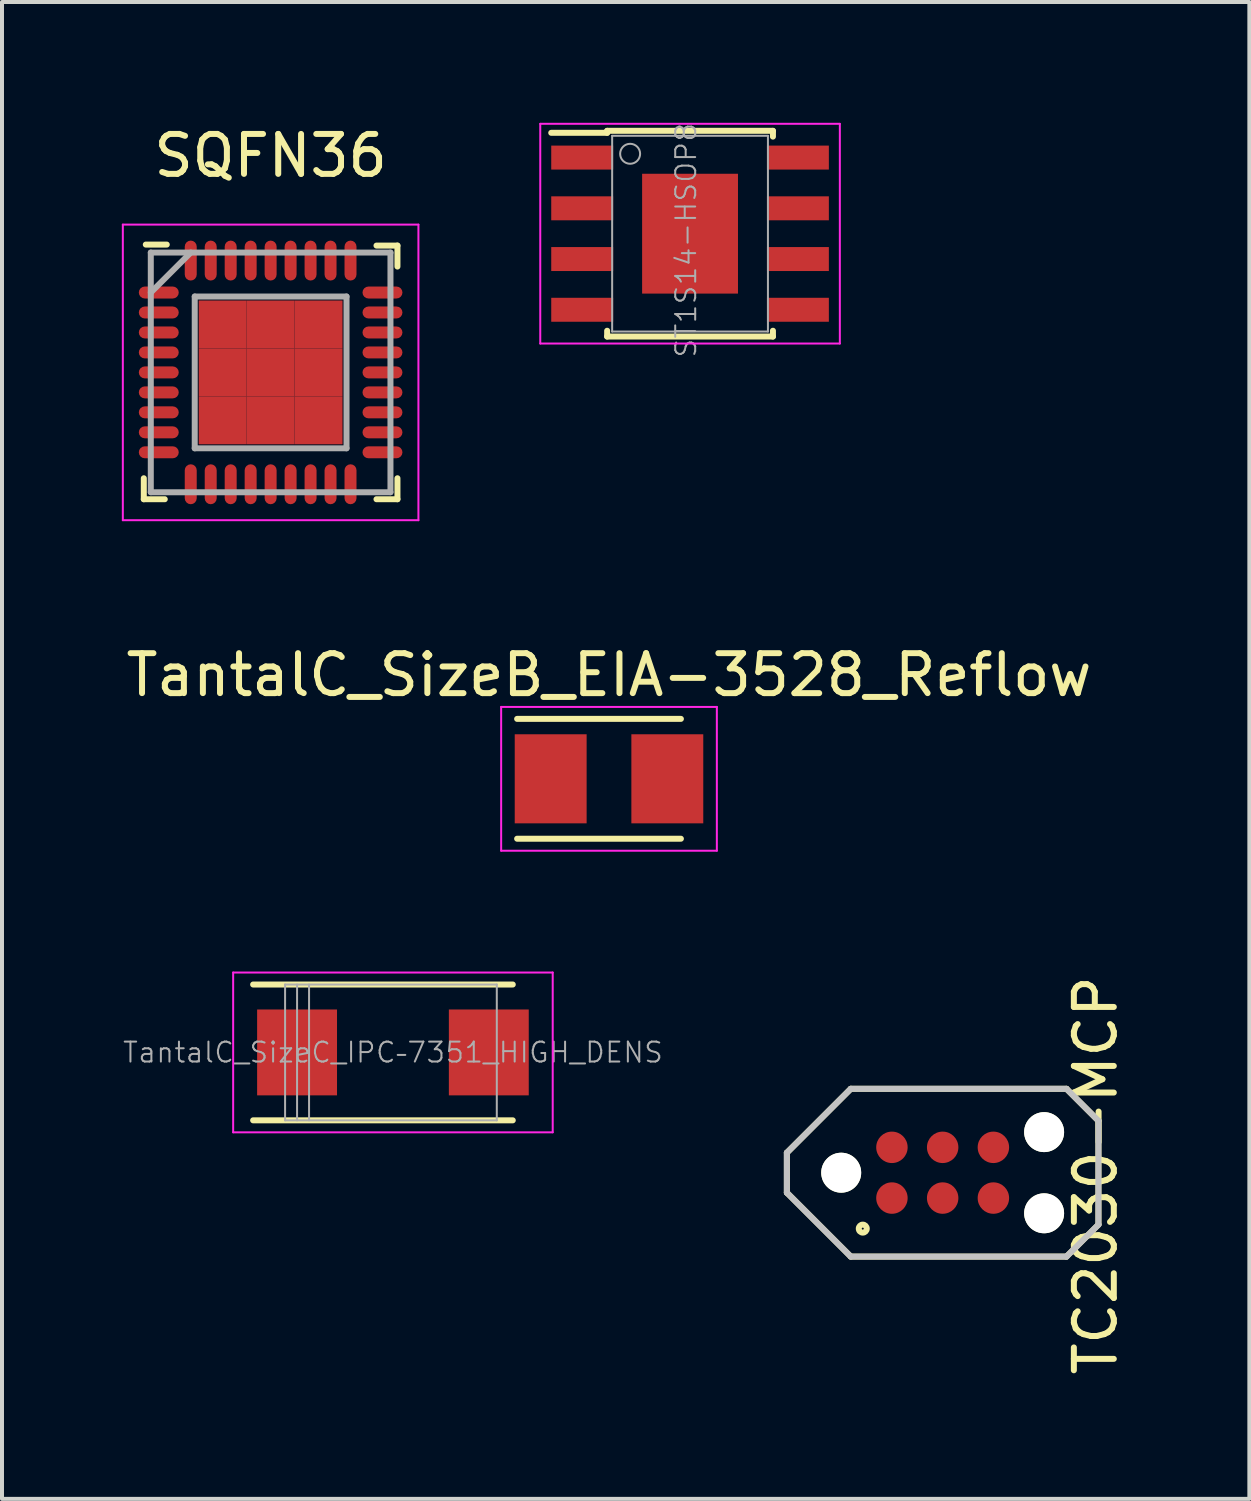
<source format=kicad_pcb>
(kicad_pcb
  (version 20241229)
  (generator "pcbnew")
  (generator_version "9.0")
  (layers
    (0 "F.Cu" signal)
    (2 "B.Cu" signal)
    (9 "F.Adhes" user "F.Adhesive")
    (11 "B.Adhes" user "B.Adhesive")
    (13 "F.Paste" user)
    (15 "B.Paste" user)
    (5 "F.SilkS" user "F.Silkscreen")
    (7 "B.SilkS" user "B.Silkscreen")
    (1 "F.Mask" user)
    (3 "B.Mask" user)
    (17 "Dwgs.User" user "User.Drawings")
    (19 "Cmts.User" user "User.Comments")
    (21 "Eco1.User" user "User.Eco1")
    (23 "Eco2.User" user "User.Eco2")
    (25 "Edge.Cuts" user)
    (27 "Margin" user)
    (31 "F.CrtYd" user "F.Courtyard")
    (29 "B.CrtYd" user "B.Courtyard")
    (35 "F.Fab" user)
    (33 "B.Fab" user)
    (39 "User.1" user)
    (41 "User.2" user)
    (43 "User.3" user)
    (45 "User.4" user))
  (footprint "ST1S14-HSOP8"
    (layer "F.Cu")
    (at 14.225 2.8)
    (property "Reference" "ST1S14-HSOP8" (at -0.1 0.165 270) (layer "F.Fab") (effects (font (size 0.5 0.5) (thickness 0.05))))
    (attr smd)
    (fp_line (start -2.075 -2.575) (end -2.075 -2.525) (stroke (width 0.15) (type solid)) (layer "F.SilkS"))
    (fp_line (start -2.075 -2.575) (end 2.075 -2.575) (stroke (width 0.15) (type solid)) (layer "F.SilkS"))
    (fp_line (start -2.075 -2.525) (end -3.475 -2.525) (stroke (width 0.15) (type solid)) (layer "F.SilkS"))
    (fp_line (start -2.075 2.575) (end -2.075 2.43) (stroke (width 0.15) (type solid)) (layer "F.SilkS"))
    (fp_line (start -2.075 2.575) (end 2.075 2.575) (stroke (width 0.15) (type solid)) (layer "F.SilkS"))
    (fp_line (start 2.075 -2.575) (end 2.075 -2.43) (stroke (width 0.15) (type solid)) (layer "F.SilkS"))
    (fp_line (start 2.075 2.575) (end 2.075 2.43) (stroke (width 0.15) (type solid)) (layer "F.SilkS"))
    (fp_line (start -3.75 -2.75) (end -3.75 2.75) (stroke (width 0.05) (type solid)) (layer "F.CrtYd"))
    (fp_line (start -3.75 -2.75) (end 3.75 -2.75) (stroke (width 0.05) (type solid)) (layer "F.CrtYd"))
    (fp_line (start -3.75 2.75) (end 3.75 2.75) (stroke (width 0.05) (type solid)) (layer "F.CrtYd"))
    (fp_line (start 3.75 -2.75) (end 3.75 2.75) (stroke (width 0.05) (type solid)) (layer "F.CrtYd"))
    (fp_line (start -1.95 -2.45) (end -1.95 2.45) (stroke (width 0.05) (type solid)) (layer "F.Fab"))
    (fp_line (start -1.95 2.45) (end 1.95 2.45) (stroke (width 0.05) (type solid)) (layer "F.Fab"))
    (fp_line (start 1.95 -2.45) (end -1.95 -2.45) (stroke (width 0.05) (type solid)) (layer "F.Fab"))
    (fp_line (start 1.95 2.45) (end 1.95 -2.45) (stroke (width 0.05) (type solid)) (layer "F.Fab"))
    (fp_circle (center -1.5 -2) (end -1.75 -2) (stroke (width 0.05) (type solid)) (fill no) (layer "F.Fab"))
    (pad "1" smd rect (at -2.7 -1.905) (size 1.55 0.6) (layers "F.Cu" "F.Mask" "F.Paste"))
    (pad "2" smd rect (at -2.7 -0.635) (size 1.55 0.6) (layers "F.Cu" "F.Mask" "F.Paste"))
    (pad "3" smd rect (at -2.7 0.635) (size 1.55 0.6) (layers "F.Cu" "F.Mask" "F.Paste"))
    (pad "4" smd rect (at -2.7 1.905) (size 1.55 0.6) (layers "F.Cu" "F.Mask" "F.Paste"))
    (pad "5" smd rect (at 2.7 1.905) (size 1.55 0.6) (layers "F.Cu" "F.Mask" "F.Paste"))
    (pad "6" smd rect (at 2.7 0.635) (size 1.55 0.6) (layers "F.Cu" "F.Mask" "F.Paste"))
    (pad "7" smd rect (at 2.7 -0.635) (size 1.55 0.6) (layers "F.Cu" "F.Mask" "F.Paste"))
    (pad "8" smd rect (at 2.7 -1.905) (size 1.55 0.6) (layers "F.Cu" "F.Mask" "F.Paste"))
    (pad "9" smd rect (at 0 0) (size 2.4 3) (layers "F.Cu" "F.Mask" "F.Paste")))
  (footprint "TantalC_SizeB_EIA-3528_Reflow"
    (layer "F.Cu")
    (at 12.196 16.447)
    (property "Reference" "TantalC_SizeB_EIA-3528_Reflow" (at 0 -2.6 0) (layer "F.SilkS") (effects (font (size 1 1) (thickness 0.15))))
    (attr smd)
    (fp_line (start 1.8 -1.5) (end -2.3 -1.5) (stroke (width 0.15) (type solid)) (layer "F.SilkS"))
    (fp_line (start 1.8 1.5) (end -2.3 1.5) (stroke (width 0.15) (type solid)) (layer "F.SilkS"))
    (fp_line (start -2.7 -1.8) (end -2.7 1.8) (stroke (width 0.05) (type solid)) (layer "F.CrtYd"))
    (fp_line (start -2.7 1.8) (end 2.7 1.8) (stroke (width 0.05) (type solid)) (layer "F.CrtYd"))
    (fp_line (start 2.7 -1.8) (end -2.7 -1.8) (stroke (width 0.05) (type solid)) (layer "F.CrtYd"))
    (fp_line (start 2.7 1.8) (end 2.7 -1.8) (stroke (width 0.05) (type solid)) (layer "F.CrtYd"))
    (pad "1" smd rect (at -1.46 0) (size 1.8 2.23) (layers "F.Cu" "F.Mask" "F.Paste"))
    (pad "2" smd rect (at 1.46 0) (size 1.8 2.23) (layers "F.Cu" "F.Mask" "F.Paste")))
  (footprint "SQFN36"
    (layer "F.Cu")
    (at 3.725 6.273)
    (property "Reference" "SQFN36" (at 0 -5.425 0) (layer "F.SilkS") (effects (font (size 1 1) (thickness 0.15))))
    (attr smd)
    (fp_line (start -3.175 3.175) (end -3.175 2.65) (stroke (width 0.15) (type solid)) (layer "F.SilkS"))
    (fp_line (start -3.175 3.175) (end -2.65 3.175) (stroke (width 0.15) (type solid)) (layer "F.SilkS"))
    (fp_line (start -3.125 -3.2) (end -2.6 -3.2) (stroke (width 0.15) (type solid)) (layer "F.SilkS"))
    (fp_line (start 3.175 -3.175) (end 2.65 -3.175) (stroke (width 0.15) (type solid)) (layer "F.SilkS"))
    (fp_line (start 3.175 -3.175) (end 3.175 -2.65) (stroke (width 0.15) (type solid)) (layer "F.SilkS"))
    (fp_line (start 3.175 3.175) (end 2.65 3.175) (stroke (width 0.15) (type solid)) (layer "F.SilkS"))
    (fp_line (start 3.175 3.175) (end 3.175 2.65) (stroke (width 0.15) (type solid)) (layer "F.SilkS"))
    (fp_line (start -3.7 -3.7) (end -3.7 3.7) (stroke (width 0.05) (type solid)) (layer "F.CrtYd"))
    (fp_line (start -3.7 -3.7) (end 3.7 -3.7) (stroke (width 0.05) (type solid)) (layer "F.CrtYd"))
    (fp_line (start -3.7 3.7) (end 3.7 3.7) (stroke (width 0.05) (type solid)) (layer "F.CrtYd"))
    (fp_line (start 3.7 -3.7) (end 3.7 3.7) (stroke (width 0.05) (type solid)) (layer "F.CrtYd"))
    (fp_line (start -3 -3) (end 3 -3) (stroke (width 0.15) (type solid)) (layer "F.Fab"))
    (fp_line (start -3 -2) (end -2 -3) (stroke (width 0.15) (type solid)) (layer "F.Fab"))
    (fp_line (start -3 3) (end -3 -3) (stroke (width 0.15) (type solid)) (layer "F.Fab"))
    (fp_line (start -1.9 -1.9) (end 1.9 -1.9) (stroke (width 0.15) (type solid)) (layer "F.Fab"))
    (fp_line (start -1.9 1.9) (end -1.9 -1.9) (stroke (width 0.15) (type solid)) (layer "F.Fab"))
    (fp_line (start -1.9 1.9) (end 1.9 1.9) (stroke (width 0.15) (type solid)) (layer "F.Fab"))
    (fp_line (start 1.9 1.9) (end 1.9 -1.9) (stroke (width 0.15) (type solid)) (layer "F.Fab"))
    (fp_line (start 3 -3) (end 3 3) (stroke (width 0.15) (type solid)) (layer "F.Fab"))
    (fp_line (start 3 3) (end -3 3) (stroke (width 0.15) (type solid)) (layer "F.Fab"))
    (pad "1" smd roundrect (at -2.8 -2) (size 1 0.3) (layers "F.Cu" "F.Mask" "F.Paste") (roundrect_rratio 0.5))
    (pad "2" smd roundrect (at -2.8 -1.5) (size 1 0.3) (layers "F.Cu" "F.Mask" "F.Paste") (roundrect_rratio 0.5))
    (pad "3" smd roundrect (at -2.8 -1) (size 1 0.3) (layers "F.Cu" "F.Mask" "F.Paste") (roundrect_rratio 0.5))
    (pad "4" smd roundrect (at -2.8 -0.5) (size 1 0.3) (layers "F.Cu" "F.Mask" "F.Paste") (roundrect_rratio 0.5))
    (pad "5" smd roundrect (at -2.8 0) (size 1 0.3) (layers "F.Cu" "F.Mask" "F.Paste") (roundrect_rratio 0.5))
    (pad "6" smd roundrect (at -2.8 0.5) (size 1 0.3) (layers "F.Cu" "F.Mask" "F.Paste") (roundrect_rratio 0.5))
    (pad "7" smd roundrect (at -2.8 1) (size 1 0.3) (layers "F.Cu" "F.Mask" "F.Paste") (roundrect_rratio 0.5))
    (pad "8" smd roundrect (at -2.8 1.5) (size 1 0.3) (layers "F.Cu" "F.Mask" "F.Paste") (roundrect_rratio 0.5))
    (pad "9" smd roundrect (at -2.8 2) (size 1 0.3) (layers "F.Cu" "F.Mask" "F.Paste") (roundrect_rratio 0.5))
    (pad "10" smd roundrect (at -2 2.8 90) (size 1 0.3) (layers "F.Cu" "F.Mask" "F.Paste") (roundrect_rratio 0.5))
    (pad "11" smd roundrect (at -1.5 2.8 90) (size 1 0.3) (layers "F.Cu" "F.Mask" "F.Paste") (roundrect_rratio 0.5))
    (pad "12" smd roundrect (at -1 2.8 90) (size 1 0.3) (layers "F.Cu" "F.Mask" "F.Paste") (roundrect_rratio 0.5))
    (pad "13" smd roundrect (at -0.5 2.8 90) (size 1 0.3) (layers "F.Cu" "F.Mask" "F.Paste") (roundrect_rratio 0.5))
    (pad "14" smd roundrect (at 0 2.8 90) (size 1 0.3) (layers "F.Cu" "F.Mask" "F.Paste") (roundrect_rratio 0.5))
    (pad "15" smd roundrect (at 0.5 2.8 90) (size 1 0.3) (layers "F.Cu" "F.Mask" "F.Paste") (roundrect_rratio 0.5))
    (pad "16" smd roundrect (at 1 2.8 90) (size 1 0.3) (layers "F.Cu" "F.Mask" "F.Paste") (roundrect_rratio 0.5))
    (pad "17" smd roundrect (at 1.5 2.8 90) (size 1 0.3) (layers "F.Cu" "F.Mask" "F.Paste") (roundrect_rratio 0.5))
    (pad "18" smd roundrect (at 2 2.8 90) (size 1 0.3) (layers "F.Cu" "F.Mask" "F.Paste") (roundrect_rratio 0.5))
    (pad "19" smd roundrect (at 2.8 2) (size 1 0.3) (layers "F.Cu" "F.Mask" "F.Paste") (roundrect_rratio 0.5))
    (pad "20" smd roundrect (at 2.8 1.5) (size 1 0.3) (layers "F.Cu" "F.Mask" "F.Paste") (roundrect_rratio 0.5))
    (pad "21" smd roundrect (at 2.8 1) (size 1 0.3) (layers "F.Cu" "F.Mask" "F.Paste") (roundrect_rratio 0.5))
    (pad "22" smd roundrect (at 2.8 0.5) (size 1 0.3) (layers "F.Cu" "F.Mask" "F.Paste") (roundrect_rratio 0.5))
    (pad "23" smd roundrect (at 2.8 0) (size 1 0.3) (layers "F.Cu" "F.Mask" "F.Paste") (roundrect_rratio 0.5))
    (pad "24" smd roundrect (at 2.8 -0.5) (size 1 0.3) (layers "F.Cu" "F.Mask" "F.Paste") (roundrect_rratio 0.5))
    (pad "25" smd roundrect (at 2.8 -1) (size 1 0.3) (layers "F.Cu" "F.Mask" "F.Paste") (roundrect_rratio 0.5))
    (pad "26" smd roundrect (at 2.8 -1.5) (size 1 0.3) (layers "F.Cu" "F.Mask" "F.Paste") (roundrect_rratio 0.5))
    (pad "27" smd roundrect (at 2.8 -2) (size 1 0.3) (layers "F.Cu" "F.Mask" "F.Paste") (roundrect_rratio 0.5))
    (pad "28" smd roundrect (at 2 -2.8 90) (size 1 0.3) (layers "F.Cu" "F.Mask" "F.Paste") (roundrect_rratio 0.5))
    (pad "29" smd roundrect (at 1.5 -2.8 90) (size 1 0.3) (layers "F.Cu" "F.Mask" "F.Paste") (roundrect_rratio 0.5))
    (pad "30" smd roundrect (at 1 -2.8 90) (size 1 0.3) (layers "F.Cu" "F.Mask" "F.Paste") (roundrect_rratio 0.5))
    (pad "31" smd roundrect (at 0.5 -2.8 90) (size 1 0.3) (layers "F.Cu" "F.Mask" "F.Paste") (roundrect_rratio 0.5))
    (pad "32" smd roundrect (at 0 -2.8 90) (size 1 0.3) (layers "F.Cu" "F.Mask" "F.Paste") (roundrect_rratio 0.5))
    (pad "33" smd roundrect (at -0.5 -2.8 90) (size 1 0.3) (layers "F.Cu" "F.Mask" "F.Paste") (roundrect_rratio 0.5))
    (pad "34" smd roundrect (at -1 -2.8 90) (size 1 0.3) (layers "F.Cu" "F.Mask" "F.Paste") (roundrect_rratio 0.5))
    (pad "35" smd roundrect (at -1.5 -2.8 90) (size 1 0.3) (layers "F.Cu" "F.Mask" "F.Paste") (roundrect_rratio 0.5))
    (pad "36" smd roundrect (at -2 -2.8 90) (size 1 0.3) (layers "F.Cu" "F.Mask" "F.Paste") (roundrect_rratio 0.5))
    (pad "45" smd rect (at -1.2 -1.2) (size 1.2 1.2) (layers "F.Cu" "F.Mask" "F.Paste"))
    (pad "45" smd rect (at -1.2 0) (size 1.2 1.2) (layers "F.Cu" "F.Mask" "F.Paste"))
    (pad "45" smd rect (at -1.2 1.2) (size 1.2 1.2) (layers "F.Cu" "F.Mask" "F.Paste"))
    (pad "45" smd rect (at 0 -1.2) (size 1.2 1.2) (layers "F.Cu" "F.Mask" "F.Paste"))
    (pad "45" smd rect (at 0 0) (size 1.2 1.2) (layers "F.Cu" "F.Mask" "F.Paste"))
    (pad "45" smd rect (at 0 1.2) (size 1.2 1.2) (layers "F.Cu" "F.Mask" "F.Paste"))
    (pad "45" smd rect (at 1.2 -1.2) (size 1.2 1.2) (layers "F.Cu" "F.Mask" "F.Paste"))
    (pad "45" smd rect (at 1.2 0) (size 1.2 1.2) (layers "F.Cu" "F.Mask" "F.Paste"))
    (pad "45" smd rect (at 1.2 1.2) (size 1.2 1.2) (layers "F.Cu" "F.Mask" "F.Paste")))
  (footprint "TC2030-MCP"
    (layer "F.Cu")
    (at 20.549 26.308)
    (property "Reference" "TC2030-MCP" (at 3.83 0.065 90) (layer "F.SilkS") (effects (font (size 1 1) (thickness 0.15))))
    (attr through_hole)
    (fp_line (start -3.9 -0.5) (end -2.3 -2.1) (stroke (width 0.15) (type solid)) (layer "F.SilkS"))
    (fp_line (start -3.9 0.5) (end -3.9 -0.5) (stroke (width 0.15) (type solid)) (layer "F.SilkS"))
    (fp_line (start -2.3 -2.1) (end 3.1 -2.1) (stroke (width 0.15) (type solid)) (layer "F.SilkS"))
    (fp_line (start -2.3 2.1) (end -3.9 0.5) (stroke (width 0.15) (type solid)) (layer "F.SilkS"))
    (fp_line (start 3.1 2.1) (end -2.3 2.1) (stroke (width 0.15) (type solid)) (layer "F.SilkS"))
    (fp_line (start 3.9 -1.3) (end 3.1 -2.1) (stroke (width 0.15) (type solid)) (layer "F.SilkS"))
    (fp_line (start 3.9 -1.3) (end 3.9 1.3) (stroke (width 0.15) (type solid)) (layer "F.SilkS"))
    (fp_line (start 3.9 1.3) (end 3.1 2.1) (stroke (width 0.15) (type solid)) (layer "F.SilkS"))
    (fp_circle (center -2 1.4) (end -1.9 1.4) (stroke (width 0.15) (type solid)) (fill no) (layer "F.SilkS"))
    (fp_line (start -3.9 -0.5) (end -2.3 -2.1) (stroke (width 0.15) (type solid)) (layer "Dwgs.User"))
    (fp_line (start -3.9 0.5) (end -3.9 -0.5) (stroke (width 0.15) (type solid)) (layer "Dwgs.User"))
    (fp_line (start -2.3 -2.1) (end 3.1 -2.1) (stroke (width 0.15) (type solid)) (layer "Dwgs.User"))
    (fp_line (start -2.3 2.1) (end -3.9 0.5) (stroke (width 0.15) (type solid)) (layer "Dwgs.User"))
    (fp_line (start 3.1 2.1) (end -2.3 2.1) (stroke (width 0.15) (type solid)) (layer "Dwgs.User"))
    (fp_line (start 3.9 -1.3) (end 3.1 -2.1) (stroke (width 0.15) (type solid)) (layer "Dwgs.User"))
    (fp_line (start 3.9 -1.3) (end 3.9 1.3) (stroke (width 0.15) (type solid)) (layer "Dwgs.User"))
    (fp_line (start 3.9 1.3) (end 3.1 2.1) (stroke (width 0.15) (type solid)) (layer "Dwgs.User"))
    (pad "" np_thru_hole circle (at -2.54 0) (size 1 1) (drill 1) (layers "*.Cu" "*.Mask" "F.SilkS"))
    (pad "" np_thru_hole circle (at 2.54 -1.016) (size 1 1) (drill 1) (layers "*.Cu" "*.Mask" "F.SilkS"))
    (pad "" np_thru_hole circle (at 2.54 1.016) (size 1 1) (drill 1) (layers "*.Cu" "*.Mask" "F.SilkS"))
    (pad "1" smd circle (at -1.27 0.635) (size 0.787 0.787) (layers "F.Cu" "F.Mask"))
    (pad "2" smd circle (at -1.27 -0.635) (size 0.787 0.787) (layers "F.Cu" "F.Mask"))
    (pad "3" smd circle (at 0 0.635) (size 0.787 0.787) (layers "F.Cu" "F.Mask"))
    (pad "4" smd circle (at 0 -0.635) (size 0.787 0.787) (layers "F.Cu" "F.Mask"))
    (pad "5" smd circle (at 1.27 0.635) (size 0.787 0.787) (layers "F.Cu" "F.Mask"))
    (pad "6" smd circle (at 1.27 -0.635) (size 0.787 0.787) (layers "F.Cu" "F.Mask")))
  (footprint "TantalC_SizeC_IPC–7351_HIGH_DENS"
    (layer "F.Cu")
    (at 6.787 23.297)
    (property "Reference" "TantalC_SizeC_IPC–7351_HIGH_DENS" (at 0 0 0) (layer "F.Fab") (effects (font (size 0.5 0.5) (thickness 0.05))))
    (attr smd)
    (fp_line (start 3 -1.7) (end -3.5 -1.7) (stroke (width 0.15) (type solid)) (layer "F.SilkS"))
    (fp_line (start 3 1.7) (end -3.5 1.7) (stroke (width 0.15) (type solid)) (layer "F.SilkS"))
    (fp_line (start -4 -2) (end -4 2) (stroke (width 0.05) (type solid)) (layer "F.CrtYd"))
    (fp_line (start -4 2) (end 4 2) (stroke (width 0.05) (type solid)) (layer "F.CrtYd"))
    (fp_line (start 4 -2) (end -4 -2) (stroke (width 0.05) (type solid)) (layer "F.CrtYd"))
    (fp_line (start 4 2) (end 4 -2) (stroke (width 0.05) (type solid)) (layer "F.CrtYd"))
    (fp_line (start -2.7 -1.7) (end -2.7 1.7) (stroke (width 0.05) (type solid)) (layer "F.Fab"))
    (fp_line (start -2.7 1.7) (end 2.6 1.7) (stroke (width 0.05) (type solid)) (layer "F.Fab"))
    (fp_line (start -2.4 -1.7) (end -2.4 1.7) (stroke (width 0.05) (type solid)) (layer "F.Fab"))
    (fp_line (start -2.1 1.7) (end -2.1 -1.7) (stroke (width 0.05) (type solid)) (layer "F.Fab"))
    (fp_line (start 2.6 -1.7) (end -2.7 -1.7) (stroke (width 0.05) (type solid)) (layer "F.Fab"))
    (fp_line (start 2.6 1.7) (end 2.6 -1.7) (stroke (width 0.05) (type solid)) (layer "F.Fab"))
    (pad "1" smd rect (at -2.4 0) (size 2 2.15) (layers "F.Cu" "F.Mask" "F.Paste"))
    (pad "2" smd rect (at 2.4 0) (size 2 2.15) (layers "F.Cu" "F.Mask" "F.Paste")))
  (gr_rect
    (start -3 -3)
    (end 28.227 34.474)
    (stroke (width 0.1) (type default))
    (fill no)
    (layer "Edge.Cuts")))
</source>
